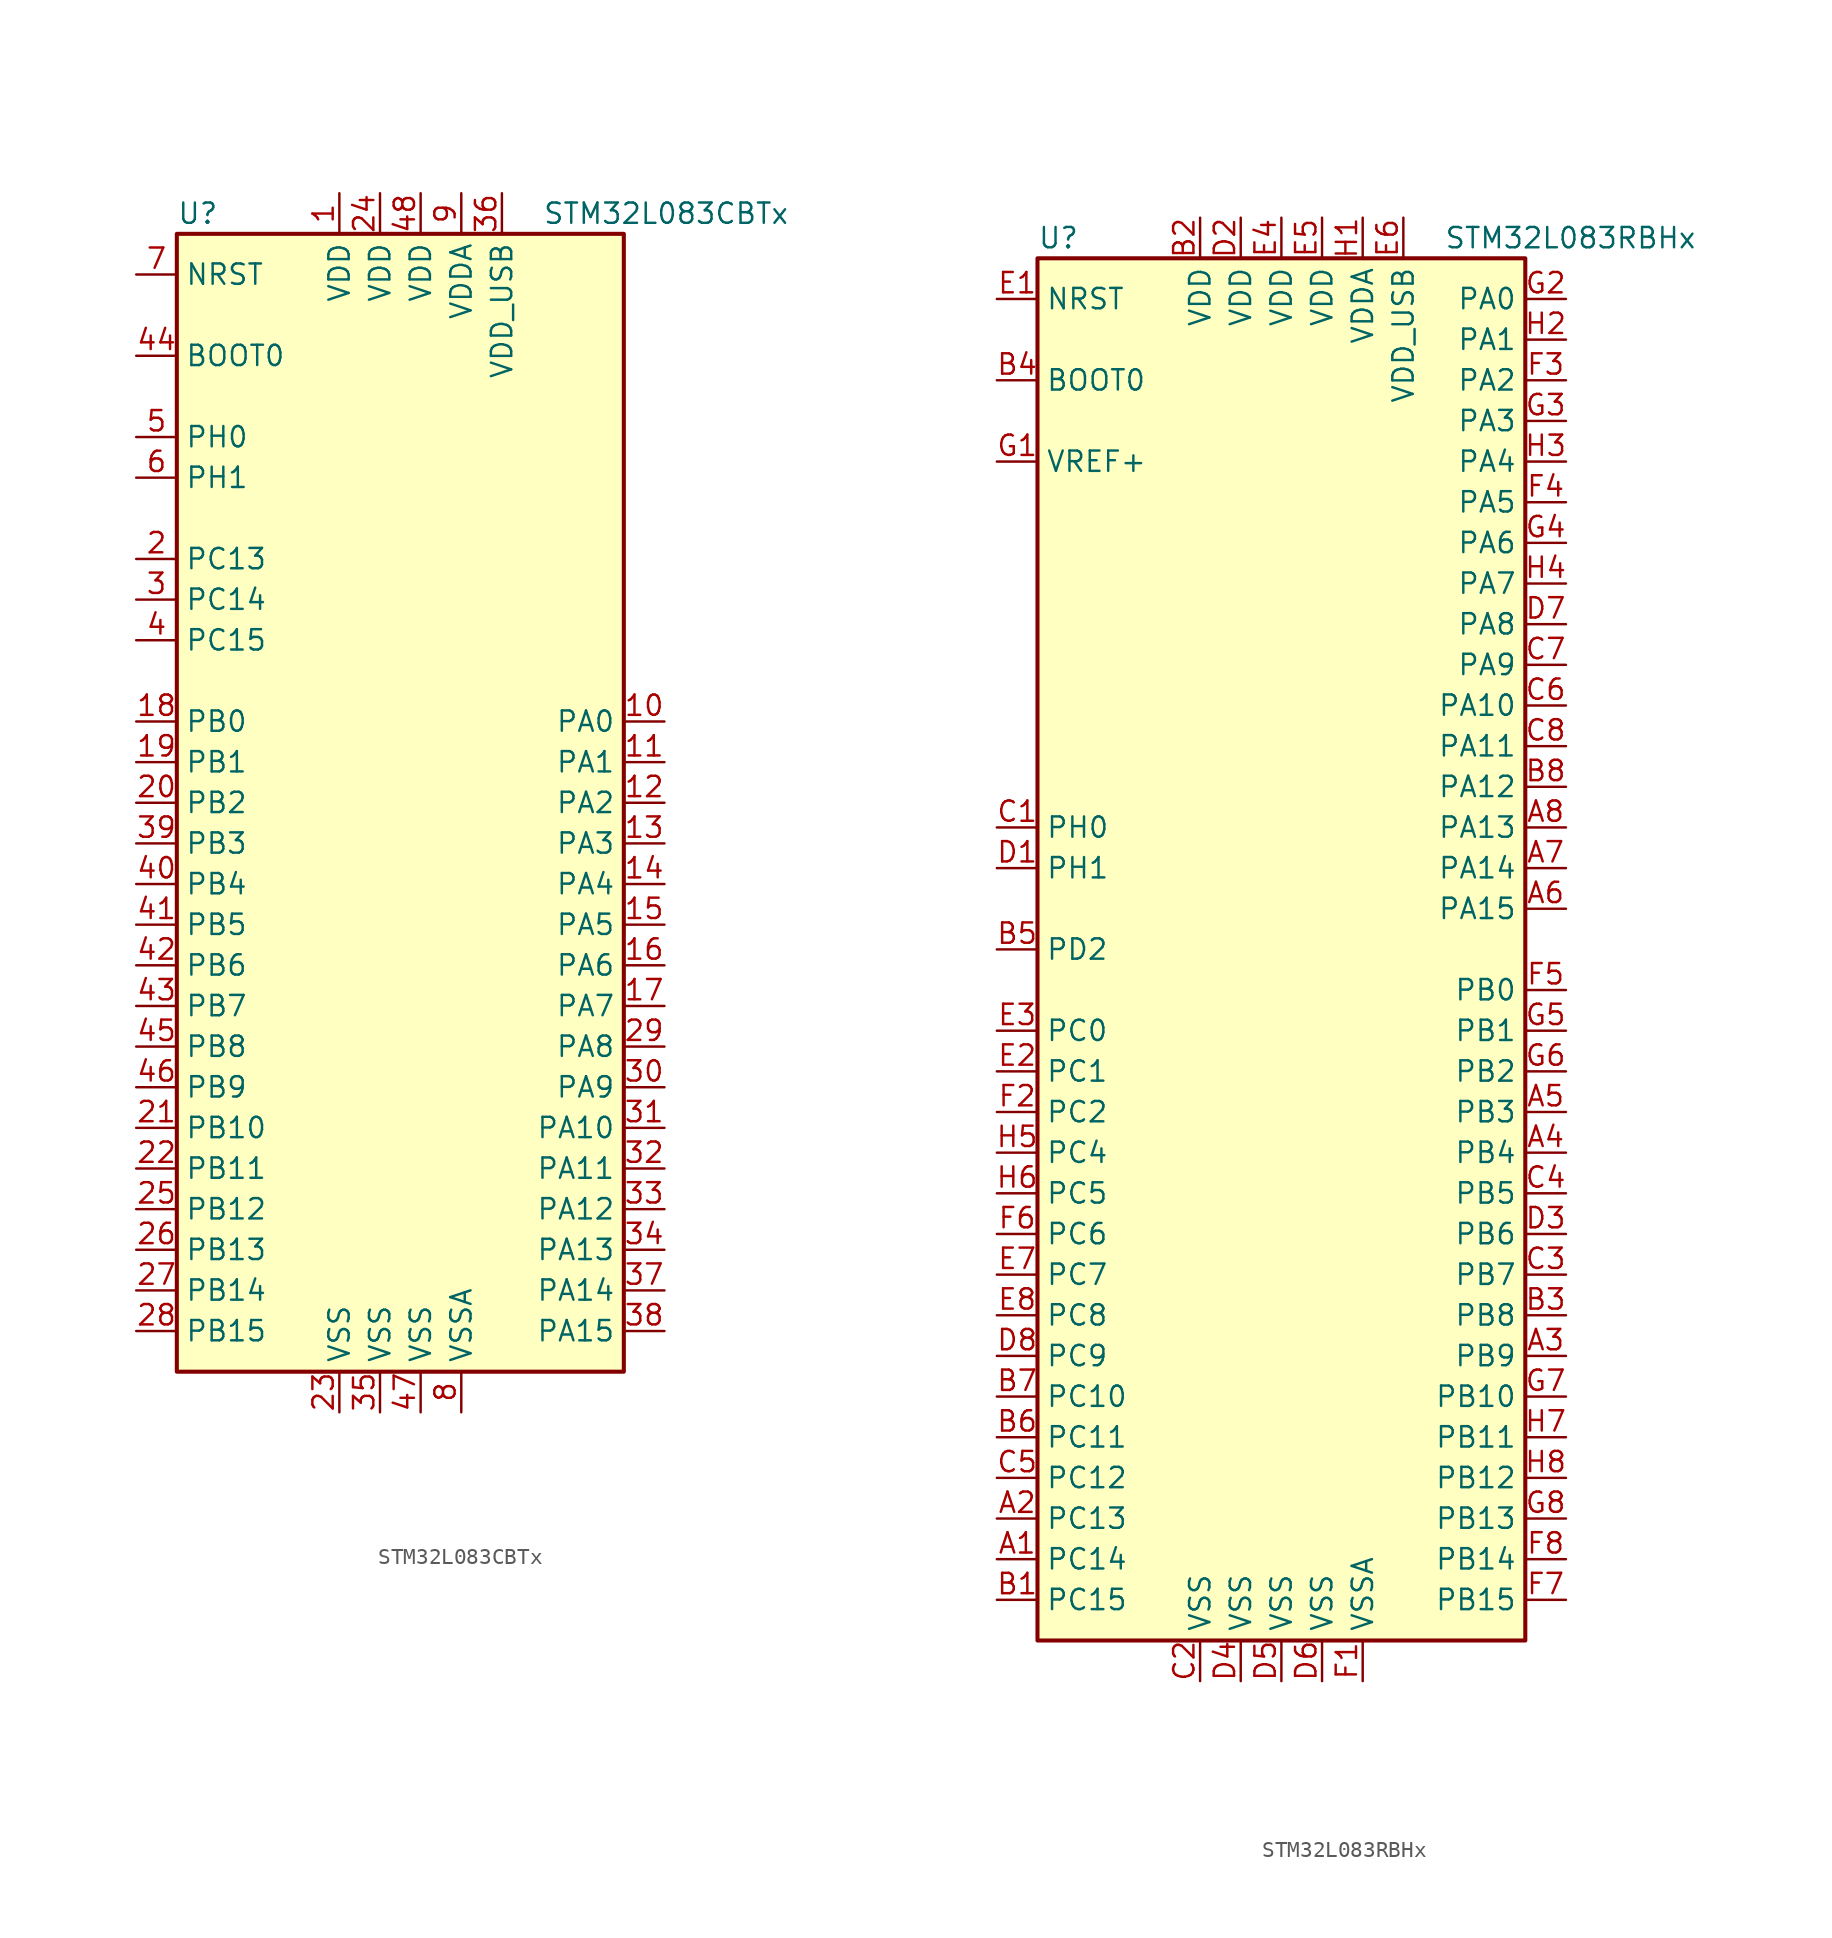
<source format=kicad_sym>
(kicad_symbol_lib
  (version 20201005)
  (generator kicad_symbol_editor)
  (symbol "STM32L083CBTx"
    (property "Reference" "U"
      (at -15.24 36.83 0)
      (effects (font (size 1.27 1.27)) (justify left)))
    (property "Value" "STM32L083CBTx"
      (at 7.62 36.83 0)
      (effects (font (size 1.27 1.27)) (justify left)))
    (symbol "STM32L083CBTx_0_1"
      (rectangle (start -15.24 -35.56) (end 12.7 35.56) (stroke (width 0.254)) (fill (type background))))
    (symbol "STM32L083CBTx_1_1"
      (pin power_in line (at -5.08 38.1 270) (length 2.54) (name "VDD" (effects (font (size 1.27 1.27)))) (number "1" (effects (font (size 1.27 1.27)))))
      (pin bidirectional line (at 15.24 5.08 180) (length 2.54) (name "PA0" (effects (font (size 1.27 1.27)))) (number "10" (effects (font (size 1.27 1.27)))))
      (pin bidirectional line (at 15.24 2.54 180) (length 2.54) (name "PA1" (effects (font (size 1.27 1.27)))) (number "11" (effects (font (size 1.27 1.27)))))
      (pin bidirectional line (at 15.24 0 180) (length 2.54) (name "PA2" (effects (font (size 1.27 1.27)))) (number "12" (effects (font (size 1.27 1.27)))))
      (pin bidirectional line (at 15.24 -2.54 180) (length 2.54) (name "PA3" (effects (font (size 1.27 1.27)))) (number "13" (effects (font (size 1.27 1.27)))))
      (pin bidirectional line (at 15.24 -5.08 180) (length 2.54) (name "PA4" (effects (font (size 1.27 1.27)))) (number "14" (effects (font (size 1.27 1.27)))))
      (pin bidirectional line (at 15.24 -7.62 180) (length 2.54) (name "PA5" (effects (font (size 1.27 1.27)))) (number "15" (effects (font (size 1.27 1.27)))))
      (pin bidirectional line (at 15.24 -10.16 180) (length 2.54) (name "PA6" (effects (font (size 1.27 1.27)))) (number "16" (effects (font (size 1.27 1.27)))))
      (pin bidirectional line (at 15.24 -12.7 180) (length 2.54) (name "PA7" (effects (font (size 1.27 1.27)))) (number "17" (effects (font (size 1.27 1.27)))))
      (pin bidirectional line (at -17.78 5.08 0) (length 2.54) (name "PB0" (effects (font (size 1.27 1.27)))) (number "18" (effects (font (size 1.27 1.27)))))
      (pin bidirectional line (at -17.78 2.54 0) (length 2.54) (name "PB1" (effects (font (size 1.27 1.27)))) (number "19" (effects (font (size 1.27 1.27)))))
      (pin bidirectional line (at -17.78 15.24 0) (length 2.54) (name "PC13" (effects (font (size 1.27 1.27)))) (number "2" (effects (font (size 1.27 1.27)))))
      (pin bidirectional line (at -17.78 0 0) (length 2.54) (name "PB2" (effects (font (size 1.27 1.27)))) (number "20" (effects (font (size 1.27 1.27)))))
      (pin bidirectional line (at -17.78 -20.32 0) (length 2.54) (name "PB10" (effects (font (size 1.27 1.27)))) (number "21" (effects (font (size 1.27 1.27)))))
      (pin bidirectional line (at -17.78 -22.86 0) (length 2.54) (name "PB11" (effects (font (size 1.27 1.27)))) (number "22" (effects (font (size 1.27 1.27)))))
      (pin power_in line (at -5.08 -38.1 90) (length 2.54) (name "VSS" (effects (font (size 1.27 1.27)))) (number "23" (effects (font (size 1.27 1.27)))))
      (pin power_in line (at -2.54 38.1 270) (length 2.54) (name "VDD" (effects (font (size 1.27 1.27)))) (number "24" (effects (font (size 1.27 1.27)))))
      (pin bidirectional line (at -17.78 -25.4 0) (length 2.54) (name "PB12" (effects (font (size 1.27 1.27)))) (number "25" (effects (font (size 1.27 1.27)))))
      (pin bidirectional line (at -17.78 -27.94 0) (length 2.54) (name "PB13" (effects (font (size 1.27 1.27)))) (number "26" (effects (font (size 1.27 1.27)))))
      (pin bidirectional line (at -17.78 -30.48 0) (length 2.54) (name "PB14" (effects (font (size 1.27 1.27)))) (number "27" (effects (font (size 1.27 1.27)))))
      (pin bidirectional line (at -17.78 -33.02 0) (length 2.54) (name "PB15" (effects (font (size 1.27 1.27)))) (number "28" (effects (font (size 1.27 1.27)))))
      (pin bidirectional line (at 15.24 -15.24 180) (length 2.54) (name "PA8" (effects (font (size 1.27 1.27)))) (number "29" (effects (font (size 1.27 1.27)))))
      (pin bidirectional line (at -17.78 12.7 0) (length 2.54) (name "PC14" (effects (font (size 1.27 1.27)))) (number "3" (effects (font (size 1.27 1.27)))))
      (pin bidirectional line (at 15.24 -17.78 180) (length 2.54) (name "PA9" (effects (font (size 1.27 1.27)))) (number "30" (effects (font (size 1.27 1.27)))))
      (pin bidirectional line (at 15.24 -20.32 180) (length 2.54) (name "PA10" (effects (font (size 1.27 1.27)))) (number "31" (effects (font (size 1.27 1.27)))))
      (pin bidirectional line (at 15.24 -22.86 180) (length 2.54) (name "PA11" (effects (font (size 1.27 1.27)))) (number "32" (effects (font (size 1.27 1.27)))))
      (pin bidirectional line (at 15.24 -25.4 180) (length 2.54) (name "PA12" (effects (font (size 1.27 1.27)))) (number "33" (effects (font (size 1.27 1.27)))))
      (pin bidirectional line (at 15.24 -27.94 180) (length 2.54) (name "PA13" (effects (font (size 1.27 1.27)))) (number "34" (effects (font (size 1.27 1.27)))))
      (pin power_in line (at -2.54 -38.1 90) (length 2.54) (name "VSS" (effects (font (size 1.27 1.27)))) (number "35" (effects (font (size 1.27 1.27)))))
      (pin power_in line (at 5.08 38.1 270) (length 2.54) (name "VDD_USB" (effects (font (size 1.27 1.27)))) (number "36" (effects (font (size 1.27 1.27)))))
      (pin bidirectional line (at 15.24 -30.48 180) (length 2.54) (name "PA14" (effects (font (size 1.27 1.27)))) (number "37" (effects (font (size 1.27 1.27)))))
      (pin bidirectional line (at 15.24 -33.02 180) (length 2.54) (name "PA15" (effects (font (size 1.27 1.27)))) (number "38" (effects (font (size 1.27 1.27)))))
      (pin bidirectional line (at -17.78 -2.54 0) (length 2.54) (name "PB3" (effects (font (size 1.27 1.27)))) (number "39" (effects (font (size 1.27 1.27)))))
      (pin bidirectional line (at -17.78 10.16 0) (length 2.54) (name "PC15" (effects (font (size 1.27 1.27)))) (number "4" (effects (font (size 1.27 1.27)))))
      (pin bidirectional line (at -17.78 -5.08 0) (length 2.54) (name "PB4" (effects (font (size 1.27 1.27)))) (number "40" (effects (font (size 1.27 1.27)))))
      (pin bidirectional line (at -17.78 -7.62 0) (length 2.54) (name "PB5" (effects (font (size 1.27 1.27)))) (number "41" (effects (font (size 1.27 1.27)))))
      (pin bidirectional line (at -17.78 -10.16 0) (length 2.54) (name "PB6" (effects (font (size 1.27 1.27)))) (number "42" (effects (font (size 1.27 1.27)))))
      (pin bidirectional line (at -17.78 -12.7 0) (length 2.54) (name "PB7" (effects (font (size 1.27 1.27)))) (number "43" (effects (font (size 1.27 1.27)))))
      (pin input line (at -17.78 27.94 0) (length 2.54) (name "BOOT0" (effects (font (size 1.27 1.27)))) (number "44" (effects (font (size 1.27 1.27)))))
      (pin bidirectional line (at -17.78 -15.24 0) (length 2.54) (name "PB8" (effects (font (size 1.27 1.27)))) (number "45" (effects (font (size 1.27 1.27)))))
      (pin bidirectional line (at -17.78 -17.78 0) (length 2.54) (name "PB9" (effects (font (size 1.27 1.27)))) (number "46" (effects (font (size 1.27 1.27)))))
      (pin power_in line (at 0 -38.1 90) (length 2.54) (name "VSS" (effects (font (size 1.27 1.27)))) (number "47" (effects (font (size 1.27 1.27)))))
      (pin power_in line (at 0 38.1 270) (length 2.54) (name "VDD" (effects (font (size 1.27 1.27)))) (number "48" (effects (font (size 1.27 1.27)))))
      (pin input line (at -17.78 22.86 0) (length 2.54) (name "PH0" (effects (font (size 1.27 1.27)))) (number "5" (effects (font (size 1.27 1.27)))))
      (pin input line (at -17.78 20.32 0) (length 2.54) (name "PH1" (effects (font (size 1.27 1.27)))) (number "6" (effects (font (size 1.27 1.27)))))
      (pin input line (at -17.78 33.02 0) (length 2.54) (name "NRST" (effects (font (size 1.27 1.27)))) (number "7" (effects (font (size 1.27 1.27)))))
      (pin power_in line (at 2.54 -38.1 90) (length 2.54) (name "VSSA" (effects (font (size 1.27 1.27)))) (number "8" (effects (font (size 1.27 1.27)))))
      (pin power_in line (at 2.54 38.1 270) (length 2.54) (name "VDDA" (effects (font (size 1.27 1.27)))) (number "9" (effects (font (size 1.27 1.27)))))))
  (symbol "STM32L083RBHx"
    (property "Reference" "U"
      (at -15.24 44.45 0)
      (effects (font (size 1.27 1.27)) (justify left)))
    (property "Value" "STM32L083RBHx"
      (at 10.16 44.45 0)
      (effects (font (size 1.27 1.27)) (justify left)))
    (symbol "STM32L083RBHx_0_1"
      (rectangle (start -15.24 -43.18) (end 15.24 43.18) (stroke (width 0.254)) (fill (type background))))
    (symbol "STM32L083RBHx_1_1"
      (pin bidirectional line (at -17.78 -38.1 0) (length 2.54) (name "PC14" (effects (font (size 1.27 1.27)))) (number "A1" (effects (font (size 1.27 1.27)))))
      (pin bidirectional line (at -17.78 -35.56 0) (length 2.54) (name "PC13" (effects (font (size 1.27 1.27)))) (number "A2" (effects (font (size 1.27 1.27)))))
      (pin bidirectional line (at 17.78 -25.4 180) (length 2.54) (name "PB9" (effects (font (size 1.27 1.27)))) (number "A3" (effects (font (size 1.27 1.27)))))
      (pin bidirectional line (at 17.78 -12.7 180) (length 2.54) (name "PB4" (effects (font (size 1.27 1.27)))) (number "A4" (effects (font (size 1.27 1.27)))))
      (pin bidirectional line (at 17.78 -10.16 180) (length 2.54) (name "PB3" (effects (font (size 1.27 1.27)))) (number "A5" (effects (font (size 1.27 1.27)))))
      (pin bidirectional line (at 17.78 2.54 180) (length 2.54) (name "PA15" (effects (font (size 1.27 1.27)))) (number "A6" (effects (font (size 1.27 1.27)))))
      (pin bidirectional line (at 17.78 5.08 180) (length 2.54) (name "PA14" (effects (font (size 1.27 1.27)))) (number "A7" (effects (font (size 1.27 1.27)))))
      (pin bidirectional line (at 17.78 7.62 180) (length 2.54) (name "PA13" (effects (font (size 1.27 1.27)))) (number "A8" (effects (font (size 1.27 1.27)))))
      (pin bidirectional line (at -17.78 -40.64 0) (length 2.54) (name "PC15" (effects (font (size 1.27 1.27)))) (number "B1" (effects (font (size 1.27 1.27)))))
      (pin power_in line (at -5.08 45.72 270) (length 2.54) (name "VDD" (effects (font (size 1.27 1.27)))) (number "B2" (effects (font (size 1.27 1.27)))))
      (pin bidirectional line (at 17.78 -22.86 180) (length 2.54) (name "PB8" (effects (font (size 1.27 1.27)))) (number "B3" (effects (font (size 1.27 1.27)))))
      (pin input line (at -17.78 35.56 0) (length 2.54) (name "BOOT0" (effects (font (size 1.27 1.27)))) (number "B4" (effects (font (size 1.27 1.27)))))
      (pin bidirectional line (at -17.78 0 0) (length 2.54) (name "PD2" (effects (font (size 1.27 1.27)))) (number "B5" (effects (font (size 1.27 1.27)))))
      (pin bidirectional line (at -17.78 -30.48 0) (length 2.54) (name "PC11" (effects (font (size 1.27 1.27)))) (number "B6" (effects (font (size 1.27 1.27)))))
      (pin bidirectional line (at -17.78 -27.94 0) (length 2.54) (name "PC10" (effects (font (size 1.27 1.27)))) (number "B7" (effects (font (size 1.27 1.27)))))
      (pin bidirectional line (at 17.78 10.16 180) (length 2.54) (name "PA12" (effects (font (size 1.27 1.27)))) (number "B8" (effects (font (size 1.27 1.27)))))
      (pin input line (at -17.78 7.62 0) (length 2.54) (name "PH0" (effects (font (size 1.27 1.27)))) (number "C1" (effects (font (size 1.27 1.27)))))
      (pin power_in line (at -5.08 -45.72 90) (length 2.54) (name "VSS" (effects (font (size 1.27 1.27)))) (number "C2" (effects (font (size 1.27 1.27)))))
      (pin bidirectional line (at 17.78 -20.32 180) (length 2.54) (name "PB7" (effects (font (size 1.27 1.27)))) (number "C3" (effects (font (size 1.27 1.27)))))
      (pin bidirectional line (at 17.78 -15.24 180) (length 2.54) (name "PB5" (effects (font (size 1.27 1.27)))) (number "C4" (effects (font (size 1.27 1.27)))))
      (pin bidirectional line (at -17.78 -33.02 0) (length 2.54) (name "PC12" (effects (font (size 1.27 1.27)))) (number "C5" (effects (font (size 1.27 1.27)))))
      (pin bidirectional line (at 17.78 15.24 180) (length 2.54) (name "PA10" (effects (font (size 1.27 1.27)))) (number "C6" (effects (font (size 1.27 1.27)))))
      (pin bidirectional line (at 17.78 17.78 180) (length 2.54) (name "PA9" (effects (font (size 1.27 1.27)))) (number "C7" (effects (font (size 1.27 1.27)))))
      (pin bidirectional line (at 17.78 12.7 180) (length 2.54) (name "PA11" (effects (font (size 1.27 1.27)))) (number "C8" (effects (font (size 1.27 1.27)))))
      (pin input line (at -17.78 5.08 0) (length 2.54) (name "PH1" (effects (font (size 1.27 1.27)))) (number "D1" (effects (font (size 1.27 1.27)))))
      (pin power_in line (at -2.54 45.72 270) (length 2.54) (name "VDD" (effects (font (size 1.27 1.27)))) (number "D2" (effects (font (size 1.27 1.27)))))
      (pin bidirectional line (at 17.78 -17.78 180) (length 2.54) (name "PB6" (effects (font (size 1.27 1.27)))) (number "D3" (effects (font (size 1.27 1.27)))))
      (pin power_in line (at -2.54 -45.72 90) (length 2.54) (name "VSS" (effects (font (size 1.27 1.27)))) (number "D4" (effects (font (size 1.27 1.27)))))
      (pin power_in line (at 0 -45.72 90) (length 2.54) (name "VSS" (effects (font (size 1.27 1.27)))) (number "D5" (effects (font (size 1.27 1.27)))))
      (pin power_in line (at 2.54 -45.72 90) (length 2.54) (name "VSS" (effects (font (size 1.27 1.27)))) (number "D6" (effects (font (size 1.27 1.27)))))
      (pin bidirectional line (at 17.78 20.32 180) (length 2.54) (name "PA8" (effects (font (size 1.27 1.27)))) (number "D7" (effects (font (size 1.27 1.27)))))
      (pin bidirectional line (at -17.78 -25.4 0) (length 2.54) (name "PC9" (effects (font (size 1.27 1.27)))) (number "D8" (effects (font (size 1.27 1.27)))))
      (pin input line (at -17.78 40.64 0) (length 2.54) (name "NRST" (effects (font (size 1.27 1.27)))) (number "E1" (effects (font (size 1.27 1.27)))))
      (pin bidirectional line (at -17.78 -7.62 0) (length 2.54) (name "PC1" (effects (font (size 1.27 1.27)))) (number "E2" (effects (font (size 1.27 1.27)))))
      (pin bidirectional line (at -17.78 -5.08 0) (length 2.54) (name "PC0" (effects (font (size 1.27 1.27)))) (number "E3" (effects (font (size 1.27 1.27)))))
      (pin power_in line (at 0 45.72 270) (length 2.54) (name "VDD" (effects (font (size 1.27 1.27)))) (number "E4" (effects (font (size 1.27 1.27)))))
      (pin power_in line (at 2.54 45.72 270) (length 2.54) (name "VDD" (effects (font (size 1.27 1.27)))) (number "E5" (effects (font (size 1.27 1.27)))))
      (pin power_in line (at 7.62 45.72 270) (length 2.54) (name "VDD_USB" (effects (font (size 1.27 1.27)))) (number "E6" (effects (font (size 1.27 1.27)))))
      (pin bidirectional line (at -17.78 -20.32 0) (length 2.54) (name "PC7" (effects (font (size 1.27 1.27)))) (number "E7" (effects (font (size 1.27 1.27)))))
      (pin bidirectional line (at -17.78 -22.86 0) (length 2.54) (name "PC8" (effects (font (size 1.27 1.27)))) (number "E8" (effects (font (size 1.27 1.27)))))
      (pin power_in line (at 5.08 -45.72 90) (length 2.54) (name "VSSA" (effects (font (size 1.27 1.27)))) (number "F1" (effects (font (size 1.27 1.27)))))
      (pin bidirectional line (at -17.78 -10.16 0) (length 2.54) (name "PC2" (effects (font (size 1.27 1.27)))) (number "F2" (effects (font (size 1.27 1.27)))))
      (pin bidirectional line (at 17.78 35.56 180) (length 2.54) (name "PA2" (effects (font (size 1.27 1.27)))) (number "F3" (effects (font (size 1.27 1.27)))))
      (pin bidirectional line (at 17.78 27.94 180) (length 2.54) (name "PA5" (effects (font (size 1.27 1.27)))) (number "F4" (effects (font (size 1.27 1.27)))))
      (pin bidirectional line (at 17.78 -2.54 180) (length 2.54) (name "PB0" (effects (font (size 1.27 1.27)))) (number "F5" (effects (font (size 1.27 1.27)))))
      (pin bidirectional line (at -17.78 -17.78 0) (length 2.54) (name "PC6" (effects (font (size 1.27 1.27)))) (number "F6" (effects (font (size 1.27 1.27)))))
      (pin bidirectional line (at 17.78 -40.64 180) (length 2.54) (name "PB15" (effects (font (size 1.27 1.27)))) (number "F7" (effects (font (size 1.27 1.27)))))
      (pin bidirectional line (at 17.78 -38.1 180) (length 2.54) (name "PB14" (effects (font (size 1.27 1.27)))) (number "F8" (effects (font (size 1.27 1.27)))))
      (pin power_in line (at -17.78 30.48 0) (length 2.54) (name "VREF+" (effects (font (size 1.27 1.27)))) (number "G1" (effects (font (size 1.27 1.27)))))
      (pin bidirectional line (at 17.78 40.64 180) (length 2.54) (name "PA0" (effects (font (size 1.27 1.27)))) (number "G2" (effects (font (size 1.27 1.27)))))
      (pin bidirectional line (at 17.78 33.02 180) (length 2.54) (name "PA3" (effects (font (size 1.27 1.27)))) (number "G3" (effects (font (size 1.27 1.27)))))
      (pin bidirectional line (at 17.78 25.4 180) (length 2.54) (name "PA6" (effects (font (size 1.27 1.27)))) (number "G4" (effects (font (size 1.27 1.27)))))
      (pin bidirectional line (at 17.78 -5.08 180) (length 2.54) (name "PB1" (effects (font (size 1.27 1.27)))) (number "G5" (effects (font (size 1.27 1.27)))))
      (pin bidirectional line (at 17.78 -7.62 180) (length 2.54) (name "PB2" (effects (font (size 1.27 1.27)))) (number "G6" (effects (font (size 1.27 1.27)))))
      (pin bidirectional line (at 17.78 -27.94 180) (length 2.54) (name "PB10" (effects (font (size 1.27 1.27)))) (number "G7" (effects (font (size 1.27 1.27)))))
      (pin bidirectional line (at 17.78 -35.56 180) (length 2.54) (name "PB13" (effects (font (size 1.27 1.27)))) (number "G8" (effects (font (size 1.27 1.27)))))
      (pin power_in line (at 5.08 45.72 270) (length 2.54) (name "VDDA" (effects (font (size 1.27 1.27)))) (number "H1" (effects (font (size 1.27 1.27)))))
      (pin bidirectional line (at 17.78 38.1 180) (length 2.54) (name "PA1" (effects (font (size 1.27 1.27)))) (number "H2" (effects (font (size 1.27 1.27)))))
      (pin bidirectional line (at 17.78 30.48 180) (length 2.54) (name "PA4" (effects (font (size 1.27 1.27)))) (number "H3" (effects (font (size 1.27 1.27)))))
      (pin bidirectional line (at 17.78 22.86 180) (length 2.54) (name "PA7" (effects (font (size 1.27 1.27)))) (number "H4" (effects (font (size 1.27 1.27)))))
      (pin bidirectional line (at -17.78 -12.7 0) (length 2.54) (name "PC4" (effects (font (size 1.27 1.27)))) (number "H5" (effects (font (size 1.27 1.27)))))
      (pin bidirectional line (at -17.78 -15.24 0) (length 2.54) (name "PC5" (effects (font (size 1.27 1.27)))) (number "H6" (effects (font (size 1.27 1.27)))))
      (pin bidirectional line (at 17.78 -30.48 180) (length 2.54) (name "PB11" (effects (font (size 1.27 1.27)))) (number "H7" (effects (font (size 1.27 1.27)))))
      (pin bidirectional line (at 17.78 -33.02 180) (length 2.54) (name "PB12" (effects (font (size 1.27 1.27)))) (number "H8" (effects (font (size 1.27 1.27))))))))
</source>
